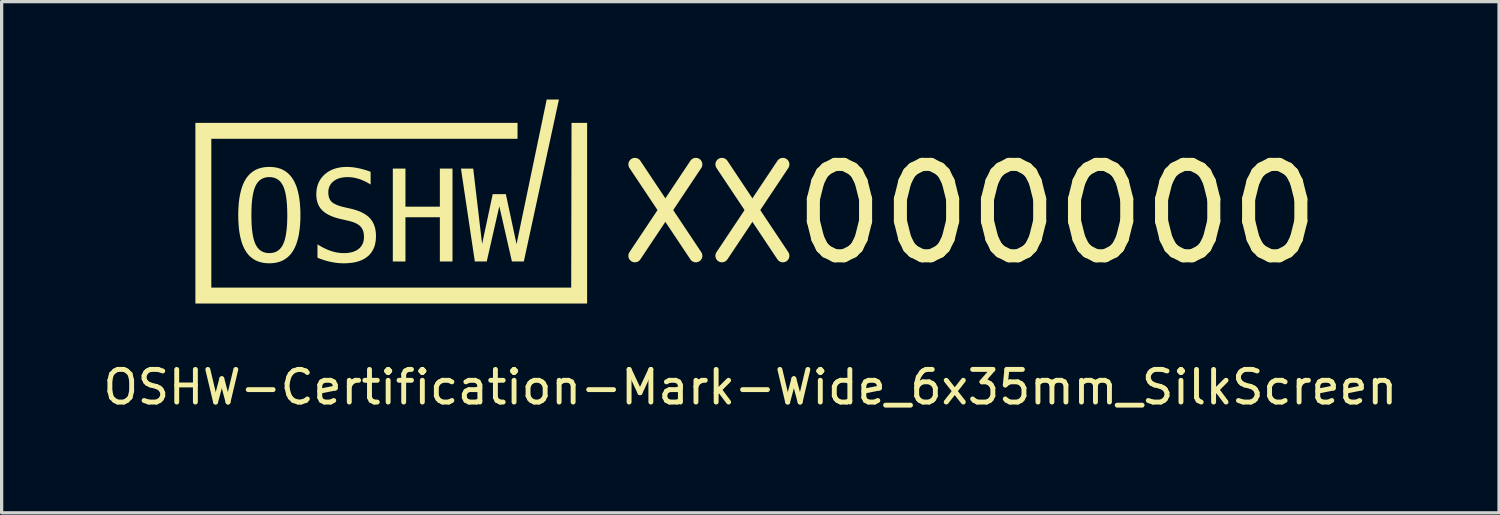
<source format=kicad_pcb>
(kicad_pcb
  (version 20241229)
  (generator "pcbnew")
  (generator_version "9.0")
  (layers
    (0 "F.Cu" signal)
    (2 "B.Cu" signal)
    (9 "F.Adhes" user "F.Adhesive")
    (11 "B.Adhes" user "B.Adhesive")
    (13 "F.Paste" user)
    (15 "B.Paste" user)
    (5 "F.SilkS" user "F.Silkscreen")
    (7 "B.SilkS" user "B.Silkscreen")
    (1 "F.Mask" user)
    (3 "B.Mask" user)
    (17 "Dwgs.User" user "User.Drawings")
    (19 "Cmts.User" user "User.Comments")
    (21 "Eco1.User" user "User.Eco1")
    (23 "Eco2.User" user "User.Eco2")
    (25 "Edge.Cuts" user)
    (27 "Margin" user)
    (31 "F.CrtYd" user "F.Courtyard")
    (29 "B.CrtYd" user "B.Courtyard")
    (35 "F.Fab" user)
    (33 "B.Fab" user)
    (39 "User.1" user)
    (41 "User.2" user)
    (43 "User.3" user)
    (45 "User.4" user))
  (footprint "OSHW-Certification-Mark-Wide_6x35mm_SilkScreen"
    (layer "F.Cu")
    (at 19.935 3.111)
    (property "Reference" "OSHW-Certification-Mark-Wide_6x35mm_SilkScreen" (at 0 5.7 0) (unlocked yes) (layer "F.SilkS") (effects (font (size 1 1) (thickness 0.15))))
    (attr board_only exclude_from_pos_files exclude_from_bom allow_missing_courtyard)
    (fp_poly (pts (xy -13.783 0.429) (xy -13.783 0.429) (xy -13.783 0.429)) (stroke (width 0) (type solid)) (fill yes) (layer "F.SilkS"))
    (fp_poly (pts (xy -5 3.137) (xy -17 3.137) (xy -17 -2.398) (xy -17 -2.398) (xy -7.132 -2.398) (xy -7.132 -1.91) (xy -16.512 -1.91) (xy -16.512 2.649) (xy -5.488 2.649) (xy -5.478 -2.398) (xy -5 -2.398)) (stroke (width 0) (type solid)) (fill yes) (layer "F.SilkS"))
    (fp_poly (pts (xy -10.565 0.17) (xy -9.511 0.17) (xy -9.511 -0.997) (xy -9.124 -0.997) (xy -9.124 1.849) (xy -9.511 1.849) (xy -9.511 0.494) (xy -10.565 0.494) (xy -10.565 1.849) (xy -10.952 1.849) (xy -10.952 -0.997) (xy -10.565 -0.997)) (stroke (width 0) (type solid)) (fill yes) (layer "F.SilkS"))
    (fp_poly (pts (xy -6.939 1.849) (xy -7.304 1.849) (xy -7.69 0.158) (xy -8.075 1.849) (xy -8.44 1.849) (xy -8.865 -0.997) (xy -8.489 -0.997) (xy -8.217 1.313) (xy -7.892 -0.215) (xy -7.49 -0.215) (xy -7.162 1.317) (xy -6.239 -3.111) (xy -5.864 -3.111)) (stroke (width 0) (type solid)) (fill yes) (layer "F.SilkS"))
    (fp_poly (pts (xy -14.676 -1.047) (xy -14.619 -1.042) (xy -14.563 -1.035) (xy -14.51 -1.025) (xy -14.458 -1.012) (xy -14.409 -0.997) (xy -14.361 -0.978) (xy -14.315 -0.957) (xy -14.271 -0.932) (xy -14.23 -0.905) (xy -14.19 -0.875) (xy -14.152 -0.842) (xy -14.116 -0.807) (xy -14.081 -0.768) (xy -14.049 -0.727) (xy -14.019 -0.682) (xy -13.99 -0.635) (xy -13.963 -0.585) (xy -13.939 -0.532) (xy -13.915 -0.476) (xy -13.894 -0.416) (xy -13.875 -0.354) (xy -13.857 -0.289) (xy -13.842 -0.221) (xy -13.828 -0.151) (xy -13.816 -0.077) (xy -13.806 0.0002) (xy -13.797 0.08) (xy -13.791 0.163) (xy -13.786 0.249) (xy -13.783 0.337) (xy -13.783 0.429) (xy -13.783 0.52) (xy -13.786 0.609) (xy -13.791 0.694) (xy -13.797 0.777) (xy -13.806 0.857) (xy -13.816 0.933) (xy -13.828 1.007) (xy -13.842 1.078) (xy -13.857 1.146) (xy -13.875 1.211) (xy -13.894 1.273) (xy -13.915 1.332) (xy -13.939 1.388) (xy -13.963 1.441) (xy -13.99 1.491) (xy -14.019 1.538) (xy -14.034 1.561) (xy -14.049 1.583) (xy -14.065 1.604) (xy -14.081 1.624) (xy -14.098 1.644) (xy -14.116 1.663) (xy -14.133 1.681) (xy -14.152 1.698) (xy -14.17 1.715) (xy -14.19 1.731) (xy -14.209 1.747) (xy -14.23 1.761) (xy -14.25 1.775) (xy -14.271 1.788) (xy -14.293 1.801) (xy -14.315 1.813) (xy -14.338 1.824) (xy -14.361 1.834) (xy -14.385 1.844) (xy -14.409 1.853) (xy -14.433 1.861) (xy -14.458 1.868) (xy -14.484 1.875) (xy -14.51 1.881) (xy -14.536 1.887) (xy -14.563 1.891) (xy -14.619 1.898) (xy -14.676 1.903) (xy -14.736 1.904) (xy -14.795 1.903) (xy -14.852 1.899) (xy -14.908 1.891) (xy -14.961 1.881) (xy -15.013 1.869) (xy -15.062 1.853) (xy -15.11 1.835) (xy -15.156 1.813) (xy -15.2 1.789) (xy -15.242 1.762) (xy -15.282 1.732) (xy -15.32 1.699) (xy -15.356 1.664) (xy -15.39 1.625) (xy -15.422 1.584) (xy -15.452 1.54) (xy -15.481 1.493) (xy -15.507 1.443) (xy -15.532 1.39) (xy -15.555 1.334) (xy -15.576 1.275) (xy -15.595 1.213) (xy -15.612 1.148) (xy -15.628 1.08) (xy -15.642 1.009) (xy -15.654 0.935) (xy -15.664 0.858) (xy -15.672 0.779) (xy -15.678 0.696) (xy -15.683 0.61) (xy -15.686 0.521) (xy -15.687 0.429) (xy -15.284 0.429) (xy -15.282 0.58) (xy -15.277 0.719) (xy -15.267 0.848) (xy -15.253 0.965) (xy -15.244 1.019) (xy -15.235 1.071) (xy -15.224 1.12) (xy -15.213 1.166) (xy -15.2 1.21) (xy -15.187 1.25) (xy -15.172 1.288) (xy -15.157 1.323) (xy -15.14 1.355) (xy -15.131 1.371) (xy -15.122 1.386) (xy -15.112 1.4) (xy -15.102 1.414) (xy -15.092 1.428) (xy -15.082 1.44) (xy -15.071 1.453) (xy -15.06 1.465) (xy -15.049 1.476) (xy -15.037 1.487) (xy -15.025 1.497) (xy -15.012 1.507) (xy -15 1.516) (xy -14.987 1.524) (xy -14.973 1.533) (xy -14.96 1.54) (xy -14.946 1.547) (xy -14.931 1.554) (xy -14.917 1.56) (xy -14.902 1.565) (xy -14.887 1.57) (xy -14.871 1.575) (xy -14.855 1.579) (xy -14.839 1.582) (xy -14.823 1.585) (xy -14.806 1.587) (xy -14.789 1.589) (xy -14.771 1.591) (xy -14.736 1.592) (xy -14.7 1.591) (xy -14.665 1.587) (xy -14.631 1.582) (xy -14.599 1.575) (xy -14.568 1.566) (xy -14.539 1.554) (xy -14.51 1.541) (xy -14.483 1.525) (xy -14.458 1.507) (xy -14.433 1.487) (xy -14.41 1.465) (xy -14.389 1.441) (xy -14.368 1.415) (xy -14.349 1.387) (xy -14.331 1.357) (xy -14.314 1.325) (xy -14.299 1.29) (xy -14.284 1.252) (xy -14.27 1.211) (xy -14.258 1.168) (xy -14.246 1.122) (xy -14.235 1.073) (xy -14.226 1.021) (xy -14.217 0.966) (xy -14.21 0.909) (xy -14.203 0.849) (xy -14.197 0.786) (xy -14.193 0.72) (xy -14.189 0.651) (xy -14.187 0.58) (xy -14.185 0.506) (xy -14.185 0.429) (xy -14.187 0.278) (xy -14.193 0.138) (xy -14.203 0.009) (xy -14.217 -0.109) (xy -14.226 -0.163) (xy -14.235 -0.215) (xy -14.246 -0.264) (xy -14.258 -0.31) (xy -14.27 -0.354) (xy -14.284 -0.394) (xy -14.299 -0.432) (xy -14.314 -0.467) (xy -14.331 -0.499) (xy -14.34 -0.515) (xy -14.349 -0.53) (xy -14.358 -0.544) (xy -14.368 -0.558) (xy -14.378 -0.572) (xy -14.389 -0.584) (xy -14.399 -0.597) (xy -14.41 -0.609) (xy -14.422 -0.62) (xy -14.433 -0.631) (xy -14.445 -0.641) (xy -14.458 -0.651) (xy -14.47 -0.66) (xy -14.483 -0.668) (xy -14.497 -0.677) (xy -14.51 -0.684) (xy -14.524 -0.691) (xy -14.539 -0.698) (xy -14.553 -0.704) (xy -14.568 -0.709) (xy -14.584 -0.714) (xy -14.599 -0.719) (xy -14.615 -0.723) (xy -14.631 -0.726) (xy -14.648 -0.729) (xy -14.665 -0.731) (xy -14.682 -0.733) (xy -14.7 -0.735) (xy -14.736 -0.736) (xy -14.771 -0.735) (xy -14.806 -0.731) (xy -14.839 -0.726) (xy -14.871 -0.719) (xy -14.902 -0.709) (xy -14.931 -0.698) (xy -14.96 -0.684) (xy -14.987 -0.668) (xy -15.012 -0.651) (xy -15.037 -0.631) (xy -15.06 -0.609) (xy -15.082 -0.584) (xy -15.102 -0.558) (xy -15.122 -0.53) (xy -15.14 -0.499) (xy -15.157 -0.467) (xy -15.172 -0.432) (xy -15.187 -0.394) (xy -15.2 -0.354) (xy -15.213 -0.31) (xy -15.224 -0.264) (xy -15.235 -0.215) (xy -15.244 -0.163) (xy -15.253 -0.109) (xy -15.26 -0.051) (xy -15.267 0.009) (xy -15.272 0.072) (xy -15.277 0.138) (xy -15.28 0.206) (xy -15.282 0.278) (xy -15.284 0.352) (xy -15.284 0.429) (xy -15.687 0.429) (xy -15.686 0.337) (xy -15.683 0.249) (xy -15.678 0.163) (xy -15.672 0.08) (xy -15.664 0.0002) (xy -15.654 -0.077) (xy -15.642 -0.151) (xy -15.628 -0.221) (xy -15.612 -0.289) (xy -15.595 -0.354) (xy -15.576 -0.416) (xy -15.555 -0.476) (xy -15.532 -0.532) (xy -15.507 -0.585) (xy -15.481 -0.635) (xy -15.452 -0.682) (xy -15.437 -0.705) (xy -15.422 -0.727) (xy -15.406 -0.748) (xy -15.389 -0.768) (xy -15.372 -0.788) (xy -15.355 -0.807) (xy -15.337 -0.825) (xy -15.319 -0.842) (xy -15.3 -0.859) (xy -15.281 -0.875) (xy -15.261 -0.891) (xy -15.241 -0.905) (xy -15.22 -0.919) (xy -15.199 -0.932) (xy -15.177 -0.945) (xy -15.155 -0.957) (xy -15.132 -0.968) (xy -15.109 -0.978) (xy -15.086 -0.988) (xy -15.061 -0.997) (xy -15.037 -1.005) (xy -15.012 -1.012) (xy -14.986 -1.019) (xy -14.96 -1.025) (xy -14.907 -1.035) (xy -14.852 -1.042) (xy -14.795 -1.047) (xy -14.736 -1.048)) (stroke (width 0) (type solid)) (fill yes) (layer "F.SilkS"))
    (fp_poly (pts (xy -12.317 -1.047) (xy -12.275 -1.045) (xy -12.233 -1.042) (xy -12.19 -1.038) (xy -12.147 -1.033) (xy -12.103 -1.026) (xy -12.058 -1.019) (xy -12.013 -1.01) (xy -11.968 -1) (xy -11.921 -0.989) (xy -11.875 -0.977) (xy -11.827 -0.964) (xy -11.779 -0.949) (xy -11.731 -0.934) (xy -11.682 -0.917) (xy -11.632 -0.899) (xy -11.632 -0.508) (xy -11.676 -0.536) (xy -11.72 -0.561) (xy -11.764 -0.585) (xy -11.808 -0.607) (xy -11.852 -0.627) (xy -11.896 -0.646) (xy -11.94 -0.663) (xy -11.985 -0.678) (xy -12.028 -0.691) (xy -12.073 -0.703) (xy -12.117 -0.713) (xy -12.161 -0.721) (xy -12.205 -0.727) (xy -12.25 -0.732) (xy -12.294 -0.734) (xy -12.339 -0.735) (xy -12.373 -0.735) (xy -12.405 -0.733) (xy -12.437 -0.731) (xy -12.468 -0.727) (xy -12.498 -0.723) (xy -12.527 -0.717) (xy -12.556 -0.711) (xy -12.583 -0.703) (xy -12.61 -0.695) (xy -12.635 -0.685) (xy -12.66 -0.675) (xy -12.684 -0.663) (xy -12.707 -0.651) (xy -12.729 -0.637) (xy -12.75 -0.623) (xy -12.77 -0.607) (xy -12.789 -0.591) (xy -12.807 -0.575) (xy -12.824 -0.557) (xy -12.839 -0.539) (xy -12.853 -0.52) (xy -12.866 -0.5) (xy -12.878 -0.48) (xy -12.889 -0.459) (xy -12.898 -0.438) (xy -12.906 -0.415) (xy -12.913 -0.392) (xy -12.918 -0.368) (xy -12.923 -0.344) (xy -12.926 -0.319) (xy -12.927 -0.293) (xy -12.928 -0.266) (xy -12.928 -0.243) (xy -12.926 -0.22) (xy -12.924 -0.199) (xy -12.922 -0.178) (xy -12.918 -0.157) (xy -12.914 -0.137) (xy -12.908 -0.118) (xy -12.902 -0.1) (xy -12.896 -0.082) (xy -12.888 -0.065) (xy -12.879 -0.049) (xy -12.87 -0.034) (xy -12.86 -0.019) (xy -12.849 -0.005) (xy -12.838 0.009) (xy -12.825 0.022) (xy -12.811 0.034) (xy -12.796 0.046) (xy -12.78 0.058) (xy -12.762 0.069) (xy -12.742 0.08) (xy -12.721 0.091) (xy -12.699 0.102) (xy -12.676 0.113) (xy -12.651 0.123) (xy -12.624 0.133) (xy -12.596 0.143) (xy -12.567 0.152) (xy -12.537 0.161) (xy -12.505 0.17) (xy -12.471 0.179) (xy -12.436 0.187) (xy -12.234 0.233) (xy -12.185 0.245) (xy -12.138 0.258) (xy -12.092 0.272) (xy -12.048 0.286) (xy -12.005 0.302) (xy -11.965 0.318) (xy -11.926 0.335) (xy -11.888 0.353) (xy -11.853 0.372) (xy -11.819 0.392) (xy -11.787 0.412) (xy -11.756 0.433) (xy -11.727 0.455) (xy -11.7 0.478) (xy -11.675 0.502) (xy -11.651 0.527) (xy -11.629 0.552) (xy -11.608 0.579) (xy -11.589 0.607) (xy -11.571 0.636) (xy -11.555 0.666) (xy -11.54 0.697) (xy -11.526 0.729) (xy -11.514 0.763) (xy -11.503 0.798) (xy -11.494 0.833) (xy -11.486 0.87) (xy -11.48 0.908) (xy -11.475 0.947) (xy -11.471 0.988) (xy -11.469 1.029) (xy -11.468 1.072) (xy -11.469 1.122) (xy -11.472 1.17) (xy -11.477 1.217) (xy -11.484 1.263) (xy -11.493 1.307) (xy -11.503 1.349) (xy -11.516 1.39) (xy -11.531 1.43) (xy -11.548 1.468) (xy -11.566 1.504) (xy -11.587 1.539) (xy -11.61 1.572) (xy -11.634 1.604) (xy -11.661 1.635) (xy -11.689 1.664) (xy -11.72 1.691) (xy -11.752 1.717) (xy -11.786 1.741) (xy -11.822 1.764) (xy -11.86 1.785) (xy -11.899 1.804) (xy -11.941 1.821) (xy -11.984 1.837) (xy -12.028 1.851) (xy -12.075 1.864) (xy -12.124 1.875) (xy -12.174 1.884) (xy -12.226 1.891) (xy -12.28 1.897) (xy -12.335 1.901) (xy -12.392 1.904) (xy -12.452 1.905) (xy -12.502 1.904) (xy -12.552 1.902) (xy -12.602 1.899) (xy -12.652 1.894) (xy -12.702 1.888) (xy -12.753 1.88) (xy -12.803 1.871) (xy -12.854 1.861) (xy -12.904 1.85) (xy -12.955 1.837) (xy -13.006 1.823) (xy -13.056 1.808) (xy -13.107 1.791) (xy -13.158 1.773) (xy -13.209 1.754) (xy -13.26 1.733) (xy -13.26 1.323) (xy -13.205 1.357) (xy -13.152 1.388) (xy -13.099 1.417) (xy -13.047 1.444) (xy -12.995 1.468) (xy -12.945 1.49) (xy -12.895 1.51) (xy -12.846 1.527) (xy -12.797 1.542) (xy -12.748 1.556) (xy -12.699 1.567) (xy -12.649 1.576) (xy -12.6 1.583) (xy -12.551 1.588) (xy -12.501 1.591) (xy -12.452 1.592) (xy -12.416 1.592) (xy -12.381 1.59) (xy -12.347 1.588) (xy -12.314 1.584) (xy -12.282 1.579) (xy -12.251 1.574) (xy -12.221 1.567) (xy -12.192 1.56) (xy -12.165 1.551) (xy -12.138 1.541) (xy -12.112 1.531) (xy -12.087 1.519) (xy -12.063 1.507) (xy -12.04 1.493) (xy -12.019 1.478) (xy -11.998 1.462) (xy -11.978 1.446) (xy -11.96 1.428) (xy -11.943 1.41) (xy -11.927 1.39) (xy -11.913 1.37) (xy -11.899 1.349) (xy -11.887 1.328) (xy -11.876 1.305) (xy -11.867 1.282) (xy -11.859 1.258) (xy -11.852 1.233) (xy -11.846 1.207) (xy -11.842 1.181) (xy -11.838 1.154) (xy -11.837 1.125) (xy -11.836 1.097) (xy -11.836 1.07) (xy -11.838 1.045) (xy -11.84 1.02) (xy -11.843 0.996) (xy -11.847 0.973) (xy -11.852 0.951) (xy -11.857 0.929) (xy -11.864 0.908) (xy -11.872 0.888) (xy -11.88 0.869) (xy -11.889 0.851) (xy -11.899 0.833) (xy -11.91 0.816) (xy -11.922 0.8) (xy -11.935 0.785) (xy -11.948 0.771) (xy -11.963 0.757) (xy -11.979 0.743) (xy -11.996 0.73) (xy -12.014 0.718) (xy -12.034 0.705) (xy -12.055 0.694) (xy -12.077 0.682) (xy -12.1 0.671) (xy -12.125 0.66) (xy -12.151 0.65) (xy -12.179 0.64) (xy -12.207 0.631) (xy -12.238 0.622) (xy -12.269 0.613) (xy -12.301 0.605) (xy -12.335 0.597) (xy -12.541 0.55) (xy -12.59 0.538) (xy -12.637 0.526) (xy -12.682 0.513) (xy -12.726 0.499) (xy -12.768 0.485) (xy -12.808 0.469) (xy -12.846 0.454) (xy -12.883 0.437) (xy -12.918 0.42) (xy -12.952 0.402) (xy -12.984 0.383) (xy -13.014 0.364) (xy -13.042 0.344) (xy -13.069 0.323) (xy -13.094 0.301) (xy -13.117 0.279) (xy -13.138 0.256) (xy -13.159 0.232) (xy -13.178 0.207) (xy -13.195 0.181) (xy -13.211 0.154) (xy -13.226 0.126) (xy -13.239 0.097) (xy -13.251 0.067) (xy -13.262 0.036) (xy -13.271 0.004) (xy -13.278 -0.029) (xy -13.285 -0.062) (xy -13.29 -0.097) (xy -13.293 -0.133) (xy -13.295 -0.17) (xy -13.296 -0.207) (xy -13.295 -0.254) (xy -13.292 -0.3) (xy -13.287 -0.345) (xy -13.28 -0.388) (xy -13.271 -0.431) (xy -13.26 -0.472) (xy -13.247 -0.512) (xy -13.232 -0.55) (xy -13.215 -0.588) (xy -13.196 -0.624) (xy -13.175 -0.659) (xy -13.152 -0.693) (xy -13.127 -0.726) (xy -13.1 -0.758) (xy -13.071 -0.788) (xy -13.041 -0.817) (xy -13.008 -0.845) (xy -12.974 -0.871) (xy -12.938 -0.895) (xy -12.901 -0.918) (xy -12.863 -0.939) (xy -12.824 -0.958) (xy -12.783 -0.975) (xy -12.741 -0.99) (xy -12.698 -1.004) (xy -12.653 -1.015) (xy -12.607 -1.025) (xy -12.56 -1.033) (xy -12.512 -1.04) (xy -12.462 -1.044) (xy -12.411 -1.047) (xy -12.358 -1.048)) (stroke (width 0) (type solid)) (fill yes) (layer "F.SilkS"))
    (fp_text user "XX000000" (at -4.2 0.4 0) (unlocked yes) (layer "F.SilkS") (effects (font (size 2.8 2.8) (thickness 0.4)) (justify left))))
  (gr_rect
    (start -3 -3)
    (end 42.869 12.659)
    (stroke (width 0.1) (type default))
    (fill no)
    (layer "Edge.Cuts")))
</source>
